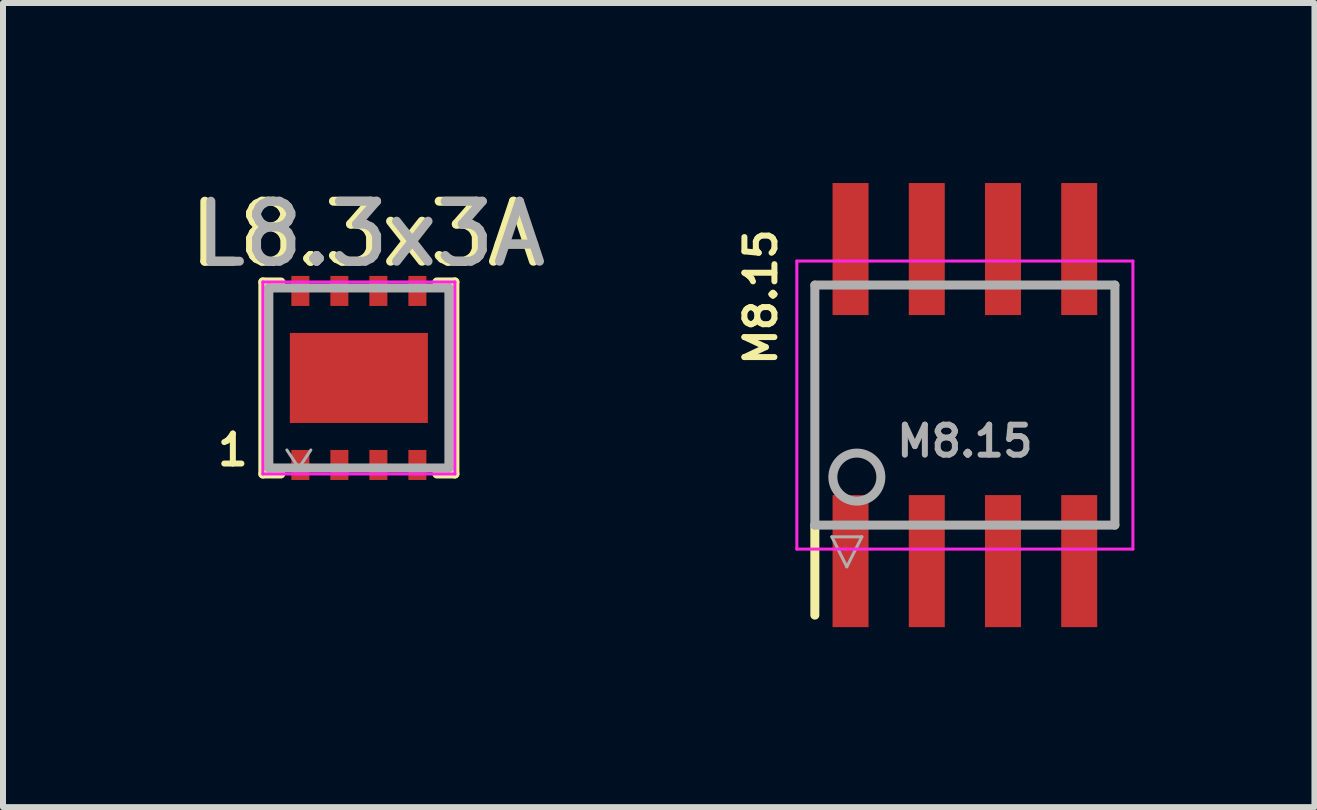
<source format=kicad_pcb>
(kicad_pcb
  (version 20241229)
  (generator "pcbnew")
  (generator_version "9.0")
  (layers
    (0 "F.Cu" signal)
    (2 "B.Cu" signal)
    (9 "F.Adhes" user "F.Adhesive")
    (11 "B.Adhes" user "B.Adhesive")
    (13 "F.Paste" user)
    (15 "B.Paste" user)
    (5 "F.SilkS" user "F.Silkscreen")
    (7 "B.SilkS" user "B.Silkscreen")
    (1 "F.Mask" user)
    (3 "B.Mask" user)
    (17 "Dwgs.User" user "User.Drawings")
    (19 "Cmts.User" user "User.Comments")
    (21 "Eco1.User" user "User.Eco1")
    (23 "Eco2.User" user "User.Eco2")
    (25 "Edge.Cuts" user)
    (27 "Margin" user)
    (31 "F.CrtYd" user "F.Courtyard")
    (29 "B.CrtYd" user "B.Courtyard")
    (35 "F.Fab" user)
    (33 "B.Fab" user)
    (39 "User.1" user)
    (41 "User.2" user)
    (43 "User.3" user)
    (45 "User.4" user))
  (footprint "L8.3x3A"
    (layer "F.Cu")
    (at 2.93 3.248)
    (property "Reference" "L8.3x3A" (at 0.1 -2.4 0) (layer "F.SilkS") (effects (font (size 1 1) (thickness 0.15))))
    (attr smd)
    (fp_line (start -1.6 -1.6) (end -1.6 1.6) (stroke (width 0.15) (type solid)) (layer "F.SilkS"))
    (fp_line (start -1.6 1.6) (end -1.3 1.6) (stroke (width 0.15) (type solid)) (layer "F.SilkS"))
    (fp_line (start -1.3 -1.6) (end -1.6 -1.6) (stroke (width 0.15) (type solid)) (layer "F.SilkS"))
    (fp_line (start 1.3 -1.6) (end 1.6 -1.6) (stroke (width 0.15) (type solid)) (layer "F.SilkS"))
    (fp_line (start 1.6 -1.6) (end 1.6 1.6) (stroke (width 0.15) (type solid)) (layer "F.SilkS"))
    (fp_line (start 1.6 1.6) (end 1.3 1.6) (stroke (width 0.15) (type solid)) (layer "F.SilkS"))
    (fp_line (start -1.6 -1.6) (end 1.6 -1.6) (stroke (width 0.05) (type solid)) (layer "F.CrtYd"))
    (fp_line (start -1.6 1.6) (end -1.6 -1.6) (stroke (width 0.05) (type solid)) (layer "F.CrtYd"))
    (fp_line (start 1.6 1.6) (end -1.6 1.6) (stroke (width 0.05) (type solid)) (layer "F.CrtYd"))
    (fp_line (start 1.6 1.6) (end 1.6 -1.6) (stroke (width 0.05) (type solid)) (layer "F.CrtYd"))
    (fp_line (start -1.5 -1.5) (end 1.5 -1.5) (stroke (width 0.15) (type solid)) (layer "F.Fab"))
    (fp_line (start -1.5 1.5) (end -1.5 -1.5) (stroke (width 0.15) (type solid)) (layer "F.Fab"))
    (fp_line (start -1.2 1.2) (end -1 1.5) (stroke (width 0.05) (type solid)) (layer "F.Fab"))
    (fp_line (start -1 1.5) (end -0.8 1.2) (stroke (width 0.05) (type solid)) (layer "F.Fab"))
    (fp_line (start 1.5 -1.5) (end 1.5 1.5) (stroke (width 0.15) (type solid)) (layer "F.Fab"))
    (fp_line (start 1.5 1.5) (end -1.5 1.5) (stroke (width 0.15) (type solid)) (layer "F.Fab"))
    (fp_text user "1" (at -2.1 1.2 0) (layer "F.SilkS") (effects (font (size 0.5 0.5) (thickness 0.1))))
    (fp_text user "${REFERENCE}" (at 0.2 -2.4 0) (layer "F.Fab") (effects (font (size 1 1) (thickness 0.15))))
    (pad "1" smd rect (at -0.975 1.45) (size 0.3 0.5) (layers "F.Cu" "F.Mask" "F.Paste"))
    (pad "2" smd rect (at -0.325 1.45) (size 0.3 0.5) (layers "F.Cu" "F.Mask" "F.Paste"))
    (pad "3" smd rect (at 0.325 1.45) (size 0.3 0.5) (layers "F.Cu" "F.Mask" "F.Paste"))
    (pad "4" smd rect (at 0.975 1.45) (size 0.3 0.5) (layers "F.Cu" "F.Mask" "F.Paste"))
    (pad "5" smd rect (at 0.975 -1.45) (size 0.3 0.5) (layers "F.Cu" "F.Mask" "F.Paste"))
    (pad "6" smd rect (at 0.325 -1.45) (size 0.3 0.5) (layers "F.Cu" "F.Mask" "F.Paste"))
    (pad "7" smd rect (at -0.325 -1.45) (size 0.3 0.5) (layers "F.Cu" "F.Mask" "F.Paste"))
    (pad "8" smd rect (at -0.975 -1.45) (size 0.3 0.5) (layers "F.Cu" "F.Mask" "F.Paste"))
    (pad "9" smd rect (at 0 0) (size 2.3 1.5) (layers "F.Cu" "F.Mask" "F.Paste")))
  (footprint "M8.15"
    (layer "F.Cu")
    (at 13.028 3.7)
    (property "Reference" "M8.15" (at -3.4 -1.8 90) (layer "F.SilkS") (effects (font (size 0.5 0.5) (thickness 0.1))))
    (attr smd)
    (fp_line (start -2.5 3.5) (end -2.5 2) (stroke (width 0.15) (type solid)) (layer "F.SilkS"))
    (fp_line (start -2.8 -2.4) (end 2.8 -2.4) (stroke (width 0.05) (type solid)) (layer "F.CrtYd"))
    (fp_line (start -2.8 2.4) (end -2.8 -2.4) (stroke (width 0.05) (type solid)) (layer "F.CrtYd"))
    (fp_line (start -2.8 2.4) (end 2.8 2.4) (stroke (width 0.05) (type solid)) (layer "F.CrtYd"))
    (fp_line (start 2.8 2.4) (end 2.8 -2.4) (stroke (width 0.05) (type solid)) (layer "F.CrtYd"))
    (fp_line (start -2.5 -2) (end -2.5 2) (stroke (width 0.15) (type solid)) (layer "F.Fab"))
    (fp_line (start -2.5 2) (end 2.5 2) (stroke (width 0.15) (type solid)) (layer "F.Fab"))
    (fp_line (start -2.217 2.195) (end -1.717 2.195) (stroke (width 0.05) (type solid)) (layer "F.Fab"))
    (fp_line (start -1.967 2.695) (end -2.217 2.195) (stroke (width 0.05) (type solid)) (layer "F.Fab"))
    (fp_line (start -1.717 2.195) (end -1.967 2.695) (stroke (width 0.05) (type solid)) (layer "F.Fab"))
    (fp_line (start 2.5 -2) (end -2.5 -2) (stroke (width 0.15) (type solid)) (layer "F.Fab"))
    (fp_line (start 2.5 2) (end 2.5 -2) (stroke (width 0.15) (type solid)) (layer "F.Fab"))
    (fp_circle (center -1.8 1.2) (end -2.2 1.2) (stroke (width 0.15) (type solid)) (fill no) (layer "F.Fab"))
    (fp_text user "${REFERENCE}" (at 0 0.6 180) (layer "F.Fab") (effects (font (size 0.5 0.5) (thickness 0.1))))
    (pad "1" smd rect (at -1.905 2.6) (size 0.6 2.2) (layers "F.Cu" "F.Mask" "F.Paste"))
    (pad "2" smd rect (at -0.635 2.6) (size 0.6 2.2) (layers "F.Cu" "F.Mask" "F.Paste"))
    (pad "3" smd rect (at 0.635 2.6) (size 0.6 2.2) (layers "F.Cu" "F.Mask" "F.Paste"))
    (pad "4" smd rect (at 1.905 2.6) (size 0.6 2.2) (layers "F.Cu" "F.Mask" "F.Paste"))
    (pad "5" smd rect (at 1.905 -2.6) (size 0.6 2.2) (layers "F.Cu" "F.Mask" "F.Paste"))
    (pad "6" smd rect (at 0.635 -2.6) (size 0.6 2.2) (layers "F.Cu" "F.Mask" "F.Paste"))
    (pad "7" smd rect (at -0.635 -2.6) (size 0.6 2.2) (layers "F.Cu" "F.Mask" "F.Paste"))
    (pad "8" smd rect (at -1.905 -2.6) (size 0.6 2.2) (layers "F.Cu" "F.Mask" "F.Paste")))
  (gr_rect
    (start -3 -3)
    (end 18.853 10.4)
    (stroke (width 0.1) (type default))
    (fill no)
    (layer "Edge.Cuts")))
</source>
